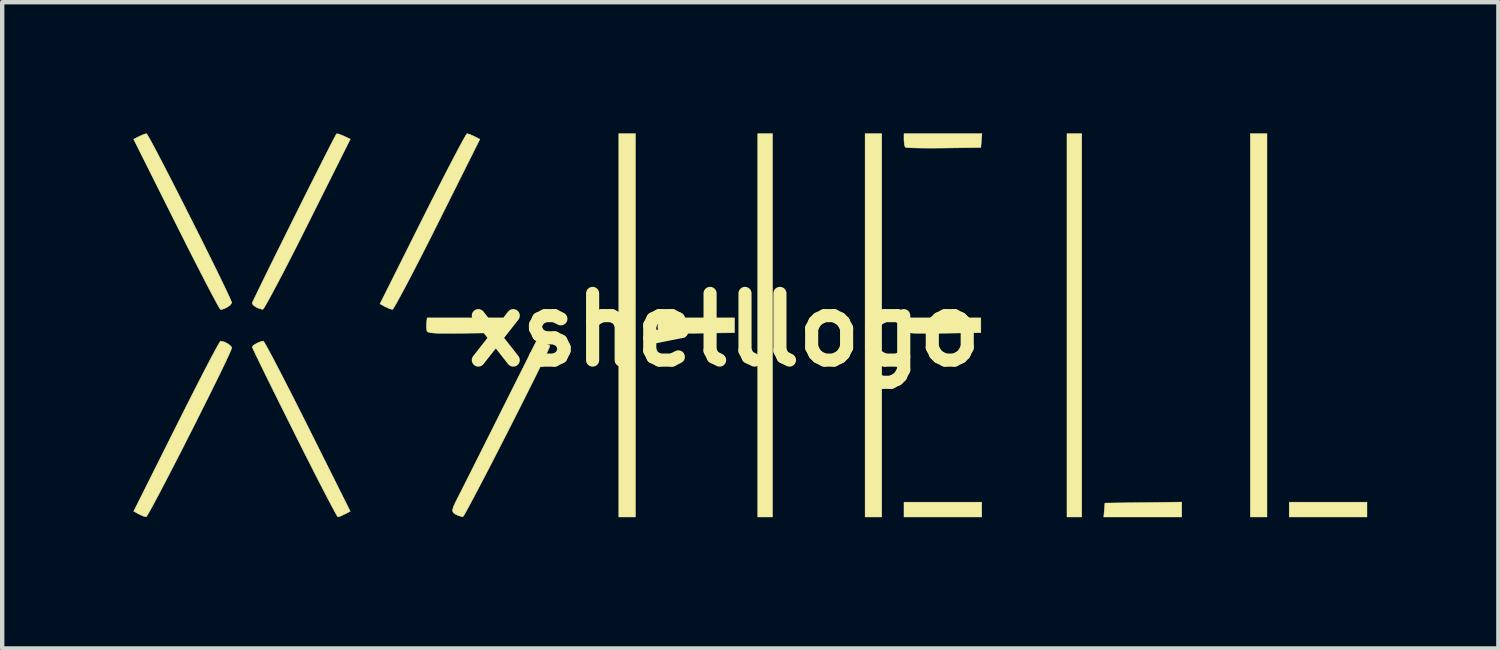
<source format=kicad_pcb>
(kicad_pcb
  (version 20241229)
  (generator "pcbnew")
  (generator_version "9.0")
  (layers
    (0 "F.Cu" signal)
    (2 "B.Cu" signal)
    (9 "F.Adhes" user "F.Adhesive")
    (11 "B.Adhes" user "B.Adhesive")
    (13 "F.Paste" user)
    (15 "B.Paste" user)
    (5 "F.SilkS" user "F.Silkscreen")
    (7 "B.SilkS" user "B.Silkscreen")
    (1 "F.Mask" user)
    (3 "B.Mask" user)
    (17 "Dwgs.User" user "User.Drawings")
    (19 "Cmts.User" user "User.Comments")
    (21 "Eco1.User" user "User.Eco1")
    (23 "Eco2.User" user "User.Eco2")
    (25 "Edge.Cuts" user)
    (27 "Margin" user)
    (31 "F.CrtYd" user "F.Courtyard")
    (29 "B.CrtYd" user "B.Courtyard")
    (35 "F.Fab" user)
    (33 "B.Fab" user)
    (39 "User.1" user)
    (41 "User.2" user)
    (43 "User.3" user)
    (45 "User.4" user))
  (footprint "xshelllogo"
    (layer "F.Cu")
    (at 13.509 4.492)
    (property "Reference" "xshelllogo" (at 0 0 0) (layer "F.SilkS") (effects (font (size 1.524 1.524) (thickness 0.3))))
    (attr through_hole)
    (fp_poly (pts (xy -2.032 4.276) (xy -2.413 4.276) (xy -2.413 -4.487) (xy -2.032 -4.487) (xy -2.032 4.276)) (stroke (width 0.01) (type solid)) (fill yes) (layer "F.SilkS"))
    (fp_poly (pts (xy 1.101 4.276) (xy 0.762 4.276) (xy 0.762 -4.487) (xy 1.101 -4.487) (xy 1.101 4.276)) (stroke (width 0.01) (type solid)) (fill yes) (layer "F.SilkS"))
    (fp_poly (pts (xy 3.598 4.276) (xy 3.217 4.276) (xy 3.217 -4.487) (xy 3.598 -4.487) (xy 3.598 4.276)) (stroke (width 0.01) (type solid)) (fill yes) (layer "F.SilkS"))
    (fp_poly (pts (xy 5.884 4.276) (xy 4.106 4.276) (xy 4.106 3.937) (xy 5.884 3.937) (xy 5.884 4.276)) (stroke (width 0.01) (type solid)) (fill yes) (layer "F.SilkS"))
    (fp_poly (pts (xy 8.17 4.276) (xy 7.832 4.276) (xy 7.832 -4.487) (xy 8.17 -4.487) (xy 8.17 4.276)) (stroke (width 0.01) (type solid)) (fill yes) (layer "F.SilkS"))
    (fp_poly (pts (xy 12.404 4.276) (xy 12.023 4.276) (xy 12.023 -4.487) (xy 12.404 -4.487) (xy 12.404 4.276)) (stroke (width 0.01) (type solid)) (fill yes) (layer "F.SilkS"))
    (fp_poly (pts (xy 14.69 4.276) (xy 12.912 4.276) (xy 12.912 3.937) (xy 14.69 3.937) (xy 14.69 4.276)) (stroke (width 0.01) (type solid)) (fill yes) (layer "F.SilkS"))
    (fp_poly (pts (xy 10.456 4.276) (xy 8.673 4.276) (xy 8.7 3.958) (xy 9.578 3.947) (xy 10.456 3.935) (xy 10.456 4.276)) (stroke (width 0.01) (type solid)) (fill yes) (layer "F.SilkS"))
    (fp_poly (pts (xy -5.059 0.064) (xy -5.917 0.075) (xy -6.215 0.078) (xy -6.438 0.078) (xy -6.597 0.074) (xy -6.703 0.066) (xy -6.765 0.052) (xy -6.794 0.033) (xy -6.799 0.026) (xy -6.811 -0.06) (xy -6.808 -0.155) (xy -6.795 -0.275) (xy -5.059 -0.275) (xy -5.059 0.064)) (stroke (width 0.01) (type solid)) (fill yes) (layer "F.SilkS"))
    (fp_poly (pts (xy 0.233 0.064) (xy -0.625 0.075) (xy -0.923 0.078) (xy -1.146 0.078) (xy -1.305 0.074) (xy -1.411 0.066) (xy -1.473 0.052) (xy -1.503 0.033) (xy -1.507 0.026) (xy -1.52 -0.06) (xy -1.517 -0.155) (xy -1.503 -0.275) (xy 0.233 -0.275) (xy 0.233 0.064)) (stroke (width 0.01) (type solid)) (fill yes) (layer "F.SilkS"))
    (fp_poly (pts (xy 5.863 0.064) (xy 5.005 0.075) (xy 4.707 0.078) (xy 4.484 0.078) (xy 4.325 0.074) (xy 4.219 0.066) (xy 4.157 0.052) (xy 4.128 0.033) (xy 4.123 0.026) (xy 4.111 -0.06) (xy 4.114 -0.155) (xy 4.128 -0.275) (xy 5.863 -0.275) (xy 5.863 0.064)) (stroke (width 0.01) (type solid)) (fill yes) (layer "F.SilkS"))
    (fp_poly (pts (xy 5.876 -4.329) (xy 5.863 -4.17) (xy 5.014 -4.158) (xy 4.754 -4.156) (xy 4.523 -4.157) (xy 4.335 -4.161) (xy 4.202 -4.166) (xy 4.139 -4.174) (xy 4.135 -4.176) (xy 4.115 -4.235) (xy 4.106 -4.338) (xy 4.106 -4.346) (xy 4.106 -4.487) (xy 5.889 -4.487) (xy 5.876 -4.329)) (stroke (width 0.01) (type solid)) (fill yes) (layer "F.SilkS"))
    (fp_poly (pts (xy -5.816 -4.469) (xy -5.718 -4.425) (xy -5.713 -4.423) (xy -5.589 -4.359) (xy -6.562 -2.412) (xy -6.751 -2.036) (xy -6.93 -1.684) (xy -7.096 -1.362) (xy -7.243 -1.079) (xy -7.37 -0.842) (xy -7.471 -0.656) (xy -7.543 -0.53) (xy -7.583 -0.471) (xy -7.588 -0.467) (xy -7.661 -0.488) (xy -7.757 -0.532) (xy -7.873 -0.595) (xy -6.9 -2.541) (xy -6.711 -2.917) (xy -6.532 -3.27) (xy -6.368 -3.591) (xy -6.221 -3.874) (xy -6.096 -4.112) (xy -5.996 -4.298) (xy -5.925 -4.424) (xy -5.887 -4.483) (xy -5.882 -4.487) (xy -5.816 -4.469)) (stroke (width 0.01) (type solid)) (fill yes) (layer "F.SilkS"))
    (fp_poly (pts (xy -11.428 0.275) (xy -11.334 0.325) (xy -11.271 0.383) (xy -11.261 0.409) (xy -11.279 0.463) (xy -11.332 0.582) (xy -11.414 0.758) (xy -11.521 0.981) (xy -11.65 1.243) (xy -11.795 1.536) (xy -11.952 1.85) (xy -12.116 2.177) (xy -12.284 2.508) (xy -12.45 2.836) (xy -12.612 3.149) (xy -12.763 3.442) (xy -12.9 3.703) (xy -13.018 3.926) (xy -13.113 4.101) (xy -13.18 4.219) (xy -13.215 4.272) (xy -13.219 4.274) (xy -13.292 4.254) (xy -13.387 4.209) (xy -13.503 4.146) (xy -12.53 2.2) (xy -12.341 1.824) (xy -12.163 1.472) (xy -11.999 1.15) (xy -11.853 0.867) (xy -11.728 0.629) (xy -11.629 0.444) (xy -11.559 0.318) (xy -11.521 0.258) (xy -11.517 0.254) (xy -11.428 0.275)) (stroke (width 0.01) (type solid)) (fill yes) (layer "F.SilkS"))
    (fp_poly (pts (xy -13.184 -4.451) (xy -13.125 -4.347) (xy -13.037 -4.185) (xy -12.925 -3.972) (xy -12.793 -3.719) (xy -12.646 -3.433) (xy -12.488 -3.123) (xy -12.323 -2.798) (xy -12.156 -2.466) (xy -11.99 -2.137) (xy -11.832 -1.819) (xy -11.684 -1.521) (xy -11.552 -1.251) (xy -11.439 -1.017) (xy -11.35 -0.83) (xy -11.29 -0.697) (xy -11.262 -0.628) (xy -11.261 -0.621) (xy -11.296 -0.567) (xy -11.378 -0.51) (xy -11.473 -0.472) (xy -11.517 -0.466) (xy -11.543 -0.502) (xy -11.603 -0.608) (xy -11.693 -0.775) (xy -11.81 -0.997) (xy -11.949 -1.266) (xy -12.108 -1.576) (xy -12.282 -1.919) (xy -12.468 -2.288) (xy -12.53 -2.412) (xy -13.504 -4.359) (xy -13.379 -4.423) (xy -13.28 -4.468) (xy -13.212 -4.487) (xy -13.21 -4.487) (xy -13.184 -4.451)) (stroke (width 0.01) (type solid)) (fill yes) (layer "F.SilkS"))
    (fp_poly (pts (xy -10.513 0.291) (xy -10.453 0.396) (xy -10.363 0.563) (xy -10.246 0.785) (xy -10.106 1.055) (xy -9.948 1.364) (xy -9.773 1.707) (xy -9.587 2.077) (xy -9.525 2.2) (xy -8.552 4.147) (xy -8.677 4.211) (xy -8.772 4.256) (xy -8.833 4.276) (xy -8.835 4.276) (xy -8.86 4.239) (xy -8.919 4.133) (xy -9.008 3.966) (xy -9.124 3.745) (xy -9.263 3.476) (xy -9.42 3.167) (xy -9.594 2.825) (xy -9.779 2.456) (xy -9.832 2.349) (xy -10.019 1.974) (xy -10.195 1.622) (xy -10.354 1.299) (xy -10.495 1.014) (xy -10.612 0.774) (xy -10.704 0.585) (xy -10.765 0.456) (xy -10.794 0.392) (xy -10.795 0.388) (xy -10.761 0.348) (xy -10.681 0.301) (xy -10.591 0.264) (xy -10.539 0.254) (xy -10.513 0.291)) (stroke (width 0.01) (type solid)) (fill yes) (layer "F.SilkS"))
    (fp_poly (pts (xy -8.819 -4.479) (xy -8.728 -4.445) (xy -8.699 -4.432) (xy -8.551 -4.361) (xy -9.525 -2.414) (xy -9.714 -2.037) (xy -9.893 -1.685) (xy -10.058 -1.364) (xy -10.206 -1.081) (xy -10.333 -0.843) (xy -10.434 -0.658) (xy -10.506 -0.532) (xy -10.546 -0.472) (xy -10.552 -0.469) (xy -10.629 -0.488) (xy -10.7 -0.517) (xy -10.772 -0.569) (xy -10.795 -0.61) (xy -10.777 -0.654) (xy -10.725 -0.764) (xy -10.643 -0.933) (xy -10.537 -1.151) (xy -10.41 -1.41) (xy -10.267 -1.7) (xy -10.111 -2.013) (xy -9.949 -2.341) (xy -9.783 -2.674) (xy -9.619 -3.003) (xy -9.46 -3.321) (xy -9.311 -3.617) (xy -9.176 -3.884) (xy -9.06 -4.113) (xy -8.968 -4.294) (xy -8.902 -4.419) (xy -8.869 -4.479) (xy -8.866 -4.483) (xy -8.819 -4.479)) (stroke (width 0.01) (type solid)) (fill yes) (layer "F.SilkS"))
    (fp_poly (pts (xy -4.138 0.28) (xy -4.044 0.328) (xy -3.991 0.358) (xy -3.988 0.361) (xy -4.001 0.402) (xy -4.049 0.509) (xy -4.127 0.674) (xy -4.231 0.889) (xy -4.357 1.144) (xy -4.501 1.432) (xy -4.657 1.743) (xy -4.822 2.069) (xy -4.991 2.402) (xy -5.16 2.732) (xy -5.324 3.051) (xy -5.48 3.352) (xy -5.622 3.624) (xy -5.746 3.859) (xy -5.848 4.05) (xy -5.924 4.187) (xy -5.969 4.261) (xy -5.98 4.273) (xy -6.057 4.253) (xy -6.128 4.224) (xy -6.192 4.184) (xy -6.216 4.134) (xy -6.199 4.054) (xy -6.14 3.925) (xy -6.114 3.873) (xy -6.072 3.792) (xy -5.997 3.644) (xy -5.893 3.437) (xy -5.764 3.181) (xy -5.615 2.884) (xy -5.451 2.556) (xy -5.274 2.205) (xy -5.14 1.936) (xy -4.275 0.21) (xy -4.138 0.28)) (stroke (width 0.01) (type solid)) (fill yes) (layer "F.SilkS")))
  (gr_rect
    (start -3 -3)
    (end 31.203 11.773)
    (stroke (width 0.1) (type default))
    (fill no)
    (layer "Edge.Cuts")))
</source>
